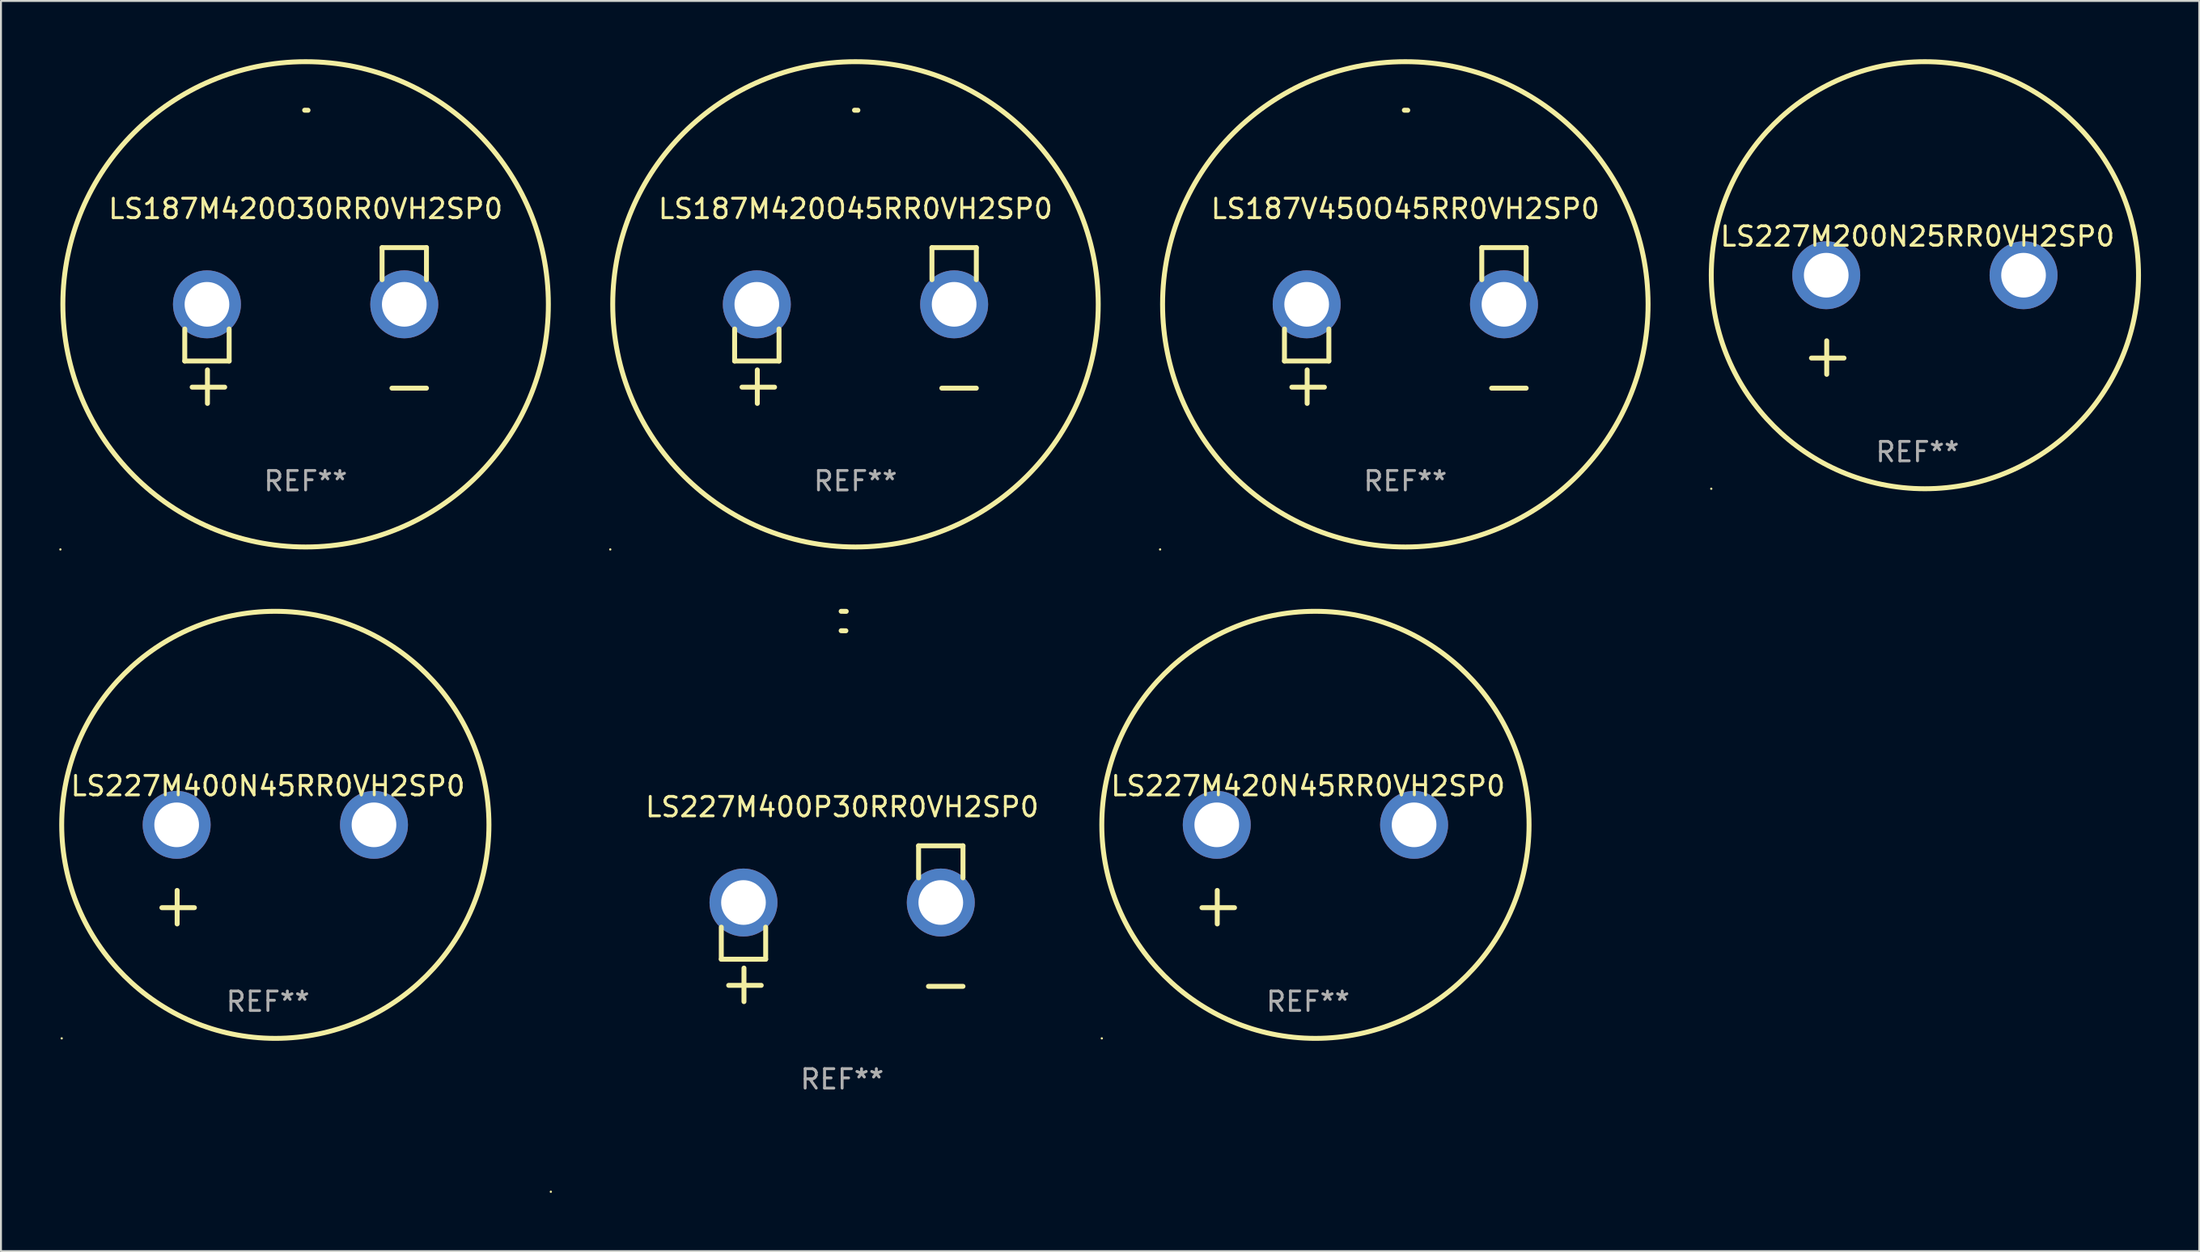
<source format=kicad_pcb>
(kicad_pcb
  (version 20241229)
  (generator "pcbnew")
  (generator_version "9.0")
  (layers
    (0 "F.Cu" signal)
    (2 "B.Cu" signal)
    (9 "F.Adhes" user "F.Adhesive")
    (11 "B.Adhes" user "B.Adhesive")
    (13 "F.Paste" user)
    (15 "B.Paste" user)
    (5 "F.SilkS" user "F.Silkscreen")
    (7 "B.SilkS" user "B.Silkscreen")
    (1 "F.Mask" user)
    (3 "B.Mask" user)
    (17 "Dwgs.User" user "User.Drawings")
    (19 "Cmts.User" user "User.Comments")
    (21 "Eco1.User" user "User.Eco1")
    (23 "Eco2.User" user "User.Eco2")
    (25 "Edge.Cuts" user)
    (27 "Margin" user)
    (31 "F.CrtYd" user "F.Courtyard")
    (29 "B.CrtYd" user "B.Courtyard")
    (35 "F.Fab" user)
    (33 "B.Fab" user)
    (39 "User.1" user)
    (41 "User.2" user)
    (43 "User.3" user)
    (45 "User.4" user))
  (footprint "LS227M420N45RR0VH2SP0"
    (layer "F.Cu")
    (at 64.304 41.993)
    (property "Reference" "LS227M420N45RR0VH2SP0" (at 0 -4.553 0) (layer "F.SilkS") (effects (font (size 1 1) (thickness 0.15))))
    (attr through_hole)
    (fp_line (start -4.674 2.553) (end -4.674 0.826) (stroke (width 0.254) (type solid)) (layer "F.SilkS"))
    (fp_line (start -3.785 1.715) (end -5.461 1.715) (stroke (width 0.254) (type solid)) (layer "F.SilkS"))
    (fp_circle (center -10.619 8.447) (end -10.589 8.447) (stroke (width 0.06) (type solid)) (fill no) (layer "F.SilkS"))
    (fp_circle (center 0.381 -2.553) (end 11.381 -2.553) (stroke (width 0.254) (type solid)) (fill no) (layer "F.SilkS"))
    (fp_text user "REF**" (at 0 6.553 0) (layer "F.Fab") (effects (font (size 1 1) (thickness 0.15))))
    (pad "1" thru_hole circle (at -4.699 -2.553) (size 3.5 3.5) (drill 2.3) (layers "*.Cu" "*.Mask"))
    (pad "2" thru_hole circle (at 5.461 -2.553) (size 3.5 3.5) (drill 2.3) (layers "*.Cu" "*.Mask")))
  (footprint "LS227M400P30RR0VH2SP0"
    (layer "F.Cu")
    (at 40.314 44.534)
    (property "Reference" "LS227M400P30RR0VH2SP0" (at 0 -6.013 0) (layer "F.SilkS") (effects (font (size 1 1) (thickness 0.15))))
    (attr through_hole)
    (fp_line (start -6.223 0.178) (end -6.223 1.829) (stroke (width 0.254) (type solid)) (layer "F.SilkS"))
    (fp_line (start -6.223 1.829) (end -3.937 1.829) (stroke (width 0.254) (type solid)) (layer "F.SilkS"))
    (fp_line (start -5.055 4.013) (end -5.055 2.286) (stroke (width 0.254) (type solid)) (layer "F.SilkS"))
    (fp_line (start -4.166 3.175) (end -5.842 3.175) (stroke (width 0.254) (type solid)) (layer "F.SilkS"))
    (fp_line (start -3.937 1.829) (end -3.937 0.178) (stroke (width 0.254) (type solid)) (layer "F.SilkS"))
    (fp_line (start 3.937 -4.013) (end 3.937 -2.362) (stroke (width 0.254) (type solid)) (layer "F.SilkS"))
    (fp_line (start 6.223 -4.013) (end 3.937 -4.013) (stroke (width 0.254) (type solid)) (layer "F.SilkS"))
    (fp_line (start 6.223 -2.362) (end 6.223 -4.013) (stroke (width 0.254) (type solid)) (layer "F.SilkS"))
    (fp_line (start 6.223 3.226) (end 4.445 3.226) (stroke (width 0.254) (type solid)) (layer "F.SilkS"))
    (fp_arc (start -0.0508 -16.093472) (mid 0.080016 -16.092762) (end 0.210821 -16.090932) (stroke (width 0.254001) (type solid)) (layer "F.SilkS"))
    (fp_arc (start -0.0508 -15.09271) (mid 0.071125 -15.091961) (end 0.19304 -15.09017) (stroke (width 0.254001) (type solid)) (layer "F.SilkS"))
    (fp_circle (center -15 13.808) (end -14.97 13.808) (stroke (width 0.06) (type solid)) (fill no) (layer "F.SilkS"))
    (fp_text user "REF**" (at 0 8.013 0) (layer "F.Fab") (effects (font (size 1 1) (thickness 0.15))))
    (pad "1" thru_hole circle (at -5.08 -1.092) (size 3.5 3.5) (drill 2.3) (layers "*.Cu" "*.Mask"))
    (pad "2" thru_hole circle (at 5.08 -1.092) (size 3.5 3.5) (drill 2.3) (layers "*.Cu" "*.Mask")))
  (footprint "LS187V450O45RR0VH2SP0"
    (layer "F.Cu")
    (at 69.314 13.719)
    (property "Reference" "LS187V450O45RR0VH2SP0" (at 0 -6.013 0) (layer "F.SilkS") (effects (font (size 1 1) (thickness 0.15))))
    (attr through_hole)
    (fp_line (start -6.223 0.178) (end -6.223 1.829) (stroke (width 0.254) (type solid)) (layer "F.SilkS"))
    (fp_line (start -6.223 1.829) (end -3.937 1.829) (stroke (width 0.254) (type solid)) (layer "F.SilkS"))
    (fp_line (start -5.055 4.013) (end -5.055 2.286) (stroke (width 0.254) (type solid)) (layer "F.SilkS"))
    (fp_line (start -4.166 3.175) (end -5.842 3.175) (stroke (width 0.254) (type solid)) (layer "F.SilkS"))
    (fp_line (start -3.937 1.829) (end -3.937 0.178) (stroke (width 0.254) (type solid)) (layer "F.SilkS"))
    (fp_line (start 3.937 -4.013) (end 3.937 -2.362) (stroke (width 0.254) (type solid)) (layer "F.SilkS"))
    (fp_line (start 6.223 -4.013) (end 3.937 -4.013) (stroke (width 0.254) (type solid)) (layer "F.SilkS"))
    (fp_line (start 6.223 -2.362) (end 6.223 -4.013) (stroke (width 0.254) (type solid)) (layer "F.SilkS"))
    (fp_line (start 6.223 3.226) (end 4.445 3.226) (stroke (width 0.254) (type solid)) (layer "F.SilkS"))
    (fp_arc (start -0.0508 -11.092202) (mid 0.036835 -11.091307) (end 0.12446 -11.089662) (stroke (width 0.254001) (type solid)) (layer "F.SilkS"))
    (fp_circle (center -12.627 11.535) (end -12.597 11.535) (stroke (width 0.06) (type solid)) (fill no) (layer "F.SilkS"))
    (fp_circle (center 0 -1.092) (end 12.5 -1.092) (stroke (width 0.254) (type solid)) (fill no) (layer "F.SilkS"))
    (fp_text user "REF**" (at 0 8.013 0) (layer "F.Fab") (effects (font (size 1 1) (thickness 0.15))))
    (pad "1" thru_hole circle (at -5.08 -1.092) (size 3.5 3.5) (drill 2.3) (layers "*.Cu" "*.Mask"))
    (pad "2" thru_hole circle (at 5.08 -1.092) (size 3.5 3.5) (drill 2.3) (layers "*.Cu" "*.Mask")))
  (footprint "LS187M420O45RR0VH2SP0"
    (layer "F.Cu")
    (at 41.001 13.719)
    (property "Reference" "LS187M420O45RR0VH2SP0" (at 0 -6.013 0) (layer "F.SilkS") (effects (font (size 1 1) (thickness 0.15))))
    (attr through_hole)
    (fp_line (start -6.223 0.178) (end -6.223 1.829) (stroke (width 0.254) (type solid)) (layer "F.SilkS"))
    (fp_line (start -6.223 1.829) (end -3.937 1.829) (stroke (width 0.254) (type solid)) (layer "F.SilkS"))
    (fp_line (start -5.055 4.013) (end -5.055 2.286) (stroke (width 0.254) (type solid)) (layer "F.SilkS"))
    (fp_line (start -4.166 3.175) (end -5.842 3.175) (stroke (width 0.254) (type solid)) (layer "F.SilkS"))
    (fp_line (start -3.937 1.829) (end -3.937 0.178) (stroke (width 0.254) (type solid)) (layer "F.SilkS"))
    (fp_line (start 3.937 -4.013) (end 3.937 -2.362) (stroke (width 0.254) (type solid)) (layer "F.SilkS"))
    (fp_line (start 6.223 -4.013) (end 3.937 -4.013) (stroke (width 0.254) (type solid)) (layer "F.SilkS"))
    (fp_line (start 6.223 -2.362) (end 6.223 -4.013) (stroke (width 0.254) (type solid)) (layer "F.SilkS"))
    (fp_line (start 6.223 3.226) (end 4.445 3.226) (stroke (width 0.254) (type solid)) (layer "F.SilkS"))
    (fp_arc (start -0.0508 -11.092202) (mid 0.036835 -11.091307) (end 0.12446 -11.089662) (stroke (width 0.254001) (type solid)) (layer "F.SilkS"))
    (fp_circle (center -12.627 11.535) (end -12.597 11.535) (stroke (width 0.06) (type solid)) (fill no) (layer "F.SilkS"))
    (fp_circle (center 0 -1.092) (end 12.5 -1.092) (stroke (width 0.254) (type solid)) (fill no) (layer "F.SilkS"))
    (fp_text user "REF**" (at 0 8.013 0) (layer "F.Fab") (effects (font (size 1 1) (thickness 0.15))))
    (pad "1" thru_hole circle (at -5.08 -1.092) (size 3.5 3.5) (drill 2.3) (layers "*.Cu" "*.Mask"))
    (pad "2" thru_hole circle (at 5.08 -1.092) (size 3.5 3.5) (drill 2.3) (layers "*.Cu" "*.Mask")))
  (footprint "LS187M420O30RR0VH2SP0"
    (layer "F.Cu")
    (at 12.687 13.719)
    (property "Reference" "LS187M420O30RR0VH2SP0" (at 0 -6.013 0) (layer "F.SilkS") (effects (font (size 1 1) (thickness 0.15))))
    (attr through_hole)
    (fp_line (start -6.223 0.178) (end -6.223 1.829) (stroke (width 0.254) (type solid)) (layer "F.SilkS"))
    (fp_line (start -6.223 1.829) (end -3.937 1.829) (stroke (width 0.254) (type solid)) (layer "F.SilkS"))
    (fp_line (start -5.055 4.013) (end -5.055 2.286) (stroke (width 0.254) (type solid)) (layer "F.SilkS"))
    (fp_line (start -4.166 3.175) (end -5.842 3.175) (stroke (width 0.254) (type solid)) (layer "F.SilkS"))
    (fp_line (start -3.937 1.829) (end -3.937 0.178) (stroke (width 0.254) (type solid)) (layer "F.SilkS"))
    (fp_line (start 3.937 -4.013) (end 3.937 -2.362) (stroke (width 0.254) (type solid)) (layer "F.SilkS"))
    (fp_line (start 6.223 -4.013) (end 3.937 -4.013) (stroke (width 0.254) (type solid)) (layer "F.SilkS"))
    (fp_line (start 6.223 -2.362) (end 6.223 -4.013) (stroke (width 0.254) (type solid)) (layer "F.SilkS"))
    (fp_line (start 6.223 3.226) (end 4.445 3.226) (stroke (width 0.254) (type solid)) (layer "F.SilkS"))
    (fp_arc (start -0.0508 -11.092202) (mid 0.036835 -11.091307) (end 0.12446 -11.089662) (stroke (width 0.254001) (type solid)) (layer "F.SilkS"))
    (fp_circle (center -12.627 11.535) (end -12.597 11.535) (stroke (width 0.06) (type solid)) (fill no) (layer "F.SilkS"))
    (fp_circle (center 0 -1.092) (end 12.5 -1.092) (stroke (width 0.254) (type solid)) (fill no) (layer "F.SilkS"))
    (fp_text user "REF**" (at 0 8.013 0) (layer "F.Fab") (effects (font (size 1 1) (thickness 0.15))))
    (pad "1" thru_hole circle (at -5.08 -1.092) (size 3.5 3.5) (drill 2.3) (layers "*.Cu" "*.Mask"))
    (pad "2" thru_hole circle (at 5.08 -1.092) (size 3.5 3.5) (drill 2.3) (layers "*.Cu" "*.Mask")))
  (footprint "LS227M400N45RR0VH2SP0"
    (layer "F.Cu")
    (at 10.746 41.993)
    (property "Reference" "LS227M400N45RR0VH2SP0" (at 0 -4.553 0) (layer "F.SilkS") (effects (font (size 1 1) (thickness 0.15))))
    (attr through_hole)
    (fp_line (start -4.674 2.553) (end -4.674 0.826) (stroke (width 0.254) (type solid)) (layer "F.SilkS"))
    (fp_line (start -3.785 1.715) (end -5.461 1.715) (stroke (width 0.254) (type solid)) (layer "F.SilkS"))
    (fp_circle (center -10.619 8.447) (end -10.589 8.447) (stroke (width 0.06) (type solid)) (fill no) (layer "F.SilkS"))
    (fp_circle (center 0.381 -2.553) (end 11.381 -2.553) (stroke (width 0.254) (type solid)) (fill no) (layer "F.SilkS"))
    (fp_text user "REF**" (at 0 6.553 0) (layer "F.Fab") (effects (font (size 1 1) (thickness 0.15))))
    (pad "1" thru_hole circle (at -4.699 -2.553) (size 3.5 3.5) (drill 2.3) (layers "*.Cu" "*.Mask"))
    (pad "2" thru_hole circle (at 5.461 -2.553) (size 3.5 3.5) (drill 2.3) (layers "*.Cu" "*.Mask")))
  (footprint "LS227M200N25RR0VH2SP0"
    (layer "F.Cu")
    (at 95.687 13.68)
    (property "Reference" "LS227M200N25RR0VH2SP0" (at 0 -4.553 0) (layer "F.SilkS") (effects (font (size 1 1) (thickness 0.15))))
    (attr through_hole)
    (fp_line (start -4.674 2.553) (end -4.674 0.826) (stroke (width 0.254) (type solid)) (layer "F.SilkS"))
    (fp_line (start -3.785 1.715) (end -5.461 1.715) (stroke (width 0.254) (type solid)) (layer "F.SilkS"))
    (fp_circle (center -10.619 8.447) (end -10.589 8.447) (stroke (width 0.06) (type solid)) (fill no) (layer "F.SilkS"))
    (fp_circle (center 0.381 -2.553) (end 11.381 -2.553) (stroke (width 0.254) (type solid)) (fill no) (layer "F.SilkS"))
    (fp_text user "REF**" (at 0 6.553 0) (layer "F.Fab") (effects (font (size 1 1) (thickness 0.15))))
    (pad "1" thru_hole circle (at -4.699 -2.553) (size 3.5 3.5) (drill 2.3) (layers "*.Cu" "*.Mask"))
    (pad "2" thru_hole circle (at 5.461 -2.553) (size 3.5 3.5) (drill 2.3) (layers "*.Cu" "*.Mask")))
  (gr_rect
    (start -3 -3)
    (end 110.195 61.402)
    (stroke (width 0.1) (type default))
    (fill no)
    (layer "Edge.Cuts")))
</source>
